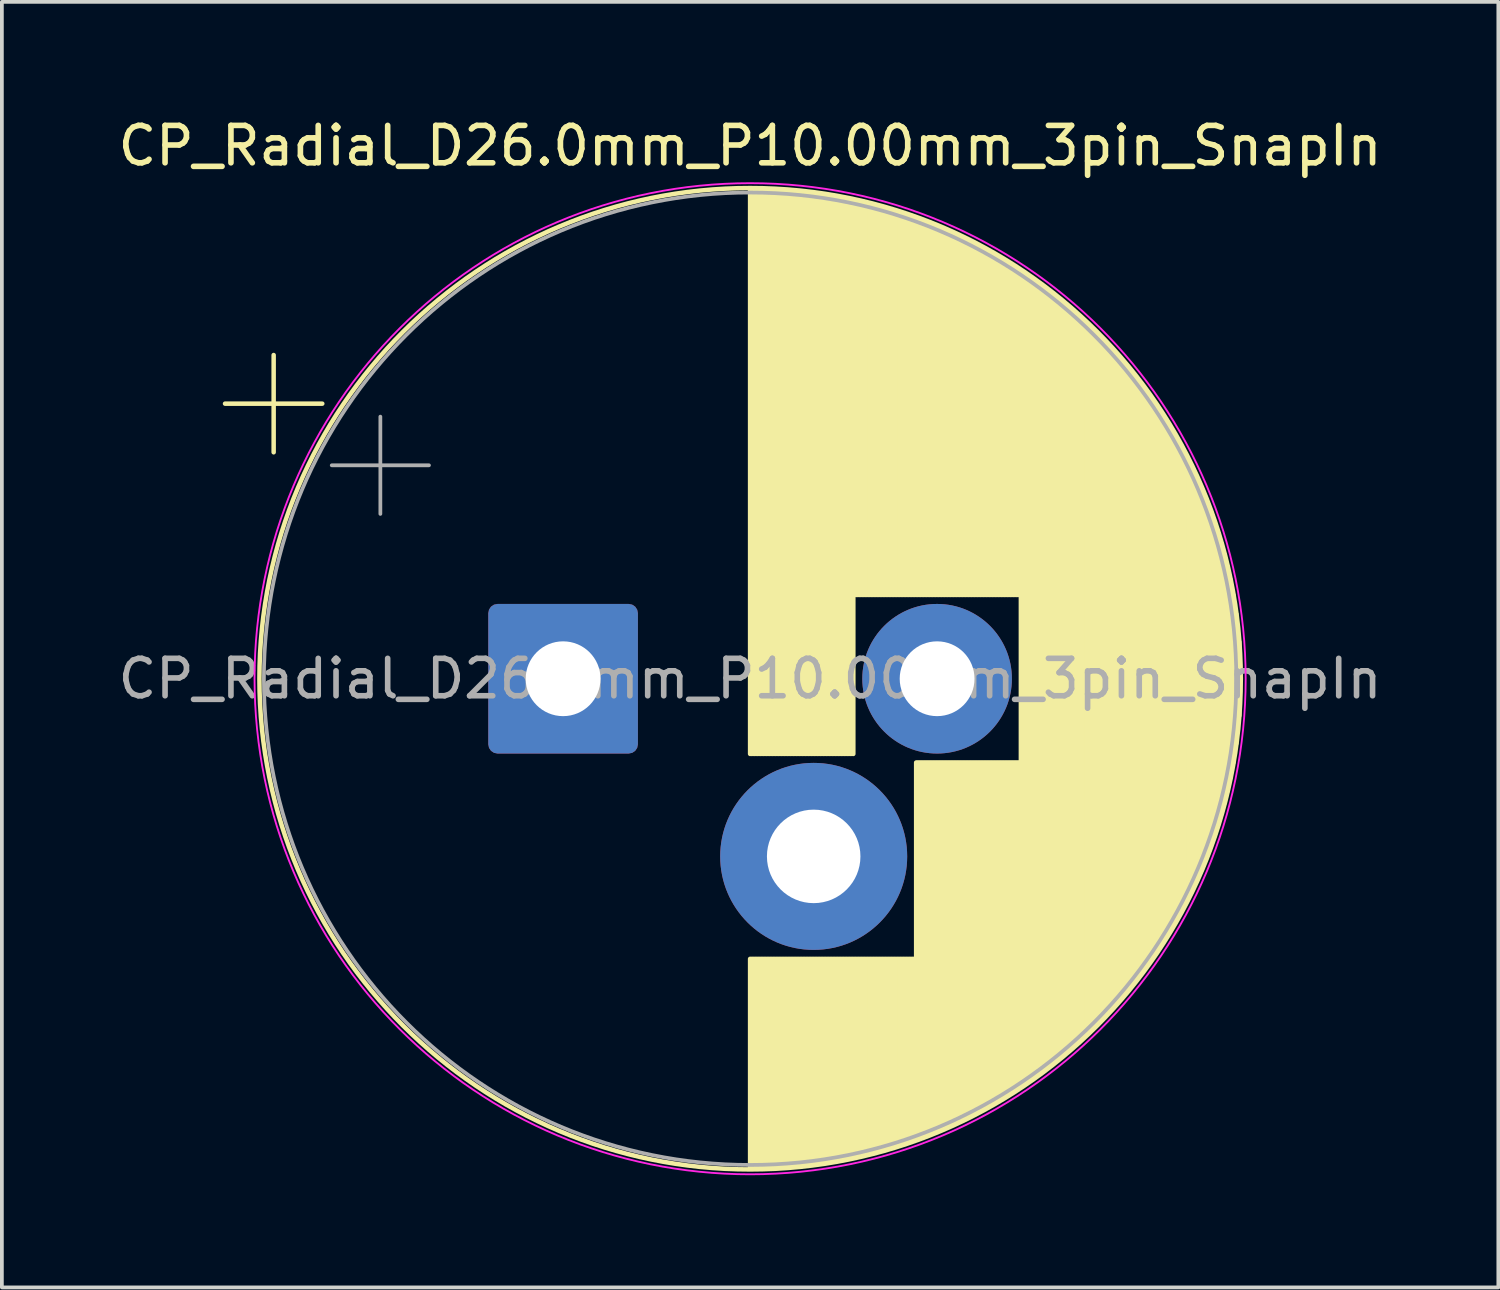
<source format=kicad_pcb>
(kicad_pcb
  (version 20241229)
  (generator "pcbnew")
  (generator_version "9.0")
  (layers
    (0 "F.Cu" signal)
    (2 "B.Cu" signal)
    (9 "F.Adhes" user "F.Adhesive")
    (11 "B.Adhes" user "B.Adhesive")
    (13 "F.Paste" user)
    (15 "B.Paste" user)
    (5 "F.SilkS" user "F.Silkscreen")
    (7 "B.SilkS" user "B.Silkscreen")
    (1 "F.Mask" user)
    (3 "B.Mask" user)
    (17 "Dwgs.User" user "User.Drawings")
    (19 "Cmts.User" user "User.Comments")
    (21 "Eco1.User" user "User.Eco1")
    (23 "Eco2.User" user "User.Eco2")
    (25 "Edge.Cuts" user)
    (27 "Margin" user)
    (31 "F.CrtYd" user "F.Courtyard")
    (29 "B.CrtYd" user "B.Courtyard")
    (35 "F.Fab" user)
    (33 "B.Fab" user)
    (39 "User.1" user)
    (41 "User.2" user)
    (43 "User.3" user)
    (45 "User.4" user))
  (footprint "CP_Radial_D26.0mm_P10.00mm_3pin_SnapIn"
    (layer "F.Cu")
    (at 12.006 15.098)
    (property "Reference" "CP_Radial_D26.0mm_P10.00mm_3pin_SnapIn" (at 5 -14.25 0) (layer "F.SilkS") (effects (font (size 1 1) (thickness 0.15))))
    (attr through_hole)
    (fp_line (start -9.039 -7.355) (end -6.439 -7.355) (stroke (width 0.12) (type solid)) (layer "F.SilkS"))
    (fp_line (start -7.739 -8.655) (end -7.739 -6.055) (stroke (width 0.12) (type solid)) (layer "F.SilkS"))
    (fp_line (start 5 -13.08) (end 5 2.01) (stroke (width 0.12) (type solid)) (layer "F.SilkS"))
    (fp_line (start 5 7.49) (end 5 13.08) (stroke (width 0.12) (type solid)) (layer "F.SilkS"))
    (fp_line (start 5.04 -13.08) (end 5.04 2.01) (stroke (width 0.12) (type solid)) (layer "F.SilkS"))
    (fp_line (start 5.04 7.49) (end 5.04 13.08) (stroke (width 0.12) (type solid)) (layer "F.SilkS"))
    (fp_line (start 5.08 -13.08) (end 5.08 2.01) (stroke (width 0.12) (type solid)) (layer "F.SilkS"))
    (fp_line (start 5.08 7.49) (end 5.08 13.08) (stroke (width 0.12) (type solid)) (layer "F.SilkS"))
    (fp_line (start 5.12 -13.079) (end 5.12 2.01) (stroke (width 0.12) (type solid)) (layer "F.SilkS"))
    (fp_line (start 5.12 7.49) (end 5.12 13.079) (stroke (width 0.12) (type solid)) (layer "F.SilkS"))
    (fp_line (start 5.16 -13.079) (end 5.16 2.01) (stroke (width 0.12) (type solid)) (layer "F.SilkS"))
    (fp_line (start 5.16 7.49) (end 5.16 13.079) (stroke (width 0.12) (type solid)) (layer "F.SilkS"))
    (fp_line (start 5.2 -13.078) (end 5.2 2.01) (stroke (width 0.12) (type solid)) (layer "F.SilkS"))
    (fp_line (start 5.2 7.49) (end 5.2 13.078) (stroke (width 0.12) (type solid)) (layer "F.SilkS"))
    (fp_line (start 5.24 -13.078) (end 5.24 2.01) (stroke (width 0.12) (type solid)) (layer "F.SilkS"))
    (fp_line (start 5.24 7.49) (end 5.24 13.078) (stroke (width 0.12) (type solid)) (layer "F.SilkS"))
    (fp_line (start 5.28 -13.077) (end 5.28 2.01) (stroke (width 0.12) (type solid)) (layer "F.SilkS"))
    (fp_line (start 5.28 7.49) (end 5.28 13.077) (stroke (width 0.12) (type solid)) (layer "F.SilkS"))
    (fp_line (start 5.32 -13.076) (end 5.32 2.01) (stroke (width 0.12) (type solid)) (layer "F.SilkS"))
    (fp_line (start 5.32 7.49) (end 5.32 13.076) (stroke (width 0.12) (type solid)) (layer "F.SilkS"))
    (fp_line (start 5.36 -13.075) (end 5.36 2.01) (stroke (width 0.12) (type solid)) (layer "F.SilkS"))
    (fp_line (start 5.36 7.49) (end 5.36 13.075) (stroke (width 0.12) (type solid)) (layer "F.SilkS"))
    (fp_line (start 5.4 -13.074) (end 5.4 2.01) (stroke (width 0.12) (type solid)) (layer "F.SilkS"))
    (fp_line (start 5.4 7.49) (end 5.4 13.074) (stroke (width 0.12) (type solid)) (layer "F.SilkS"))
    (fp_line (start 5.44 -13.073) (end 5.44 2.01) (stroke (width 0.12) (type solid)) (layer "F.SilkS"))
    (fp_line (start 5.44 7.49) (end 5.44 13.073) (stroke (width 0.12) (type solid)) (layer "F.SilkS"))
    (fp_line (start 5.48 -13.071) (end 5.48 2.01) (stroke (width 0.12) (type solid)) (layer "F.SilkS"))
    (fp_line (start 5.48 7.49) (end 5.48 13.071) (stroke (width 0.12) (type solid)) (layer "F.SilkS"))
    (fp_line (start 5.52 -13.07) (end 5.52 2.01) (stroke (width 0.12) (type solid)) (layer "F.SilkS"))
    (fp_line (start 5.52 7.49) (end 5.52 13.07) (stroke (width 0.12) (type solid)) (layer "F.SilkS"))
    (fp_line (start 5.56 -13.068) (end 5.56 2.01) (stroke (width 0.12) (type solid)) (layer "F.SilkS"))
    (fp_line (start 5.56 7.49) (end 5.56 13.068) (stroke (width 0.12) (type solid)) (layer "F.SilkS"))
    (fp_line (start 5.6 -13.066) (end 5.6 2.01) (stroke (width 0.12) (type solid)) (layer "F.SilkS"))
    (fp_line (start 5.6 7.49) (end 5.6 13.066) (stroke (width 0.12) (type solid)) (layer "F.SilkS"))
    (fp_line (start 5.64 -13.064) (end 5.64 2.01) (stroke (width 0.12) (type solid)) (layer "F.SilkS"))
    (fp_line (start 5.64 7.49) (end 5.64 13.064) (stroke (width 0.12) (type solid)) (layer "F.SilkS"))
    (fp_line (start 5.68 -13.062) (end 5.68 2.01) (stroke (width 0.12) (type solid)) (layer "F.SilkS"))
    (fp_line (start 5.68 7.49) (end 5.68 13.062) (stroke (width 0.12) (type solid)) (layer "F.SilkS"))
    (fp_line (start 5.72 -13.06) (end 5.72 2.01) (stroke (width 0.12) (type solid)) (layer "F.SilkS"))
    (fp_line (start 5.72 7.49) (end 5.72 13.06) (stroke (width 0.12) (type solid)) (layer "F.SilkS"))
    (fp_line (start 5.76 -13.058) (end 5.76 2.01) (stroke (width 0.12) (type solid)) (layer "F.SilkS"))
    (fp_line (start 5.76 7.49) (end 5.76 13.058) (stroke (width 0.12) (type solid)) (layer "F.SilkS"))
    (fp_line (start 5.8 -13.056) (end 5.8 2.01) (stroke (width 0.12) (type solid)) (layer "F.SilkS"))
    (fp_line (start 5.8 7.49) (end 5.8 13.056) (stroke (width 0.12) (type solid)) (layer "F.SilkS"))
    (fp_line (start 5.84 -13.053) (end 5.84 2.01) (stroke (width 0.12) (type solid)) (layer "F.SilkS"))
    (fp_line (start 5.84 7.49) (end 5.84 13.053) (stroke (width 0.12) (type solid)) (layer "F.SilkS"))
    (fp_line (start 5.88 -13.05) (end 5.88 2.01) (stroke (width 0.12) (type solid)) (layer "F.SilkS"))
    (fp_line (start 5.88 7.49) (end 5.88 13.05) (stroke (width 0.12) (type solid)) (layer "F.SilkS"))
    (fp_line (start 5.92 -13.048) (end 5.92 2.01) (stroke (width 0.12) (type solid)) (layer "F.SilkS"))
    (fp_line (start 5.92 7.49) (end 5.92 13.048) (stroke (width 0.12) (type solid)) (layer "F.SilkS"))
    (fp_line (start 5.96 -13.045) (end 5.96 2.01) (stroke (width 0.12) (type solid)) (layer "F.SilkS"))
    (fp_line (start 5.96 7.49) (end 5.96 13.045) (stroke (width 0.12) (type solid)) (layer "F.SilkS"))
    (fp_line (start 6 -13.042) (end 6 2.01) (stroke (width 0.12) (type solid)) (layer "F.SilkS"))
    (fp_line (start 6 7.49) (end 6 13.042) (stroke (width 0.12) (type solid)) (layer "F.SilkS"))
    (fp_line (start 6.04 -13.039) (end 6.04 2.01) (stroke (width 0.12) (type solid)) (layer "F.SilkS"))
    (fp_line (start 6.04 7.49) (end 6.04 13.039) (stroke (width 0.12) (type solid)) (layer "F.SilkS"))
    (fp_line (start 6.08 -13.035) (end 6.08 2.01) (stroke (width 0.12) (type solid)) (layer "F.SilkS"))
    (fp_line (start 6.08 7.49) (end 6.08 13.035) (stroke (width 0.12) (type solid)) (layer "F.SilkS"))
    (fp_line (start 6.12 -13.032) (end 6.12 2.01) (stroke (width 0.12) (type solid)) (layer "F.SilkS"))
    (fp_line (start 6.12 7.49) (end 6.12 13.032) (stroke (width 0.12) (type solid)) (layer "F.SilkS"))
    (fp_line (start 6.16 -13.029) (end 6.16 2.01) (stroke (width 0.12) (type solid)) (layer "F.SilkS"))
    (fp_line (start 6.16 7.49) (end 6.16 13.029) (stroke (width 0.12) (type solid)) (layer "F.SilkS"))
    (fp_line (start 6.2 -13.025) (end 6.2 2.01) (stroke (width 0.12) (type solid)) (layer "F.SilkS"))
    (fp_line (start 6.2 7.49) (end 6.2 13.025) (stroke (width 0.12) (type solid)) (layer "F.SilkS"))
    (fp_line (start 6.24 -13.021) (end 6.24 2.01) (stroke (width 0.12) (type solid)) (layer "F.SilkS"))
    (fp_line (start 6.24 7.49) (end 6.24 13.021) (stroke (width 0.12) (type solid)) (layer "F.SilkS"))
    (fp_line (start 6.28 -13.017) (end 6.28 2.01) (stroke (width 0.12) (type solid)) (layer "F.SilkS"))
    (fp_line (start 6.28 7.49) (end 6.28 13.017) (stroke (width 0.12) (type solid)) (layer "F.SilkS"))
    (fp_line (start 6.32 -13.013) (end 6.32 2.01) (stroke (width 0.12) (type solid)) (layer "F.SilkS"))
    (fp_line (start 6.32 7.49) (end 6.32 13.013) (stroke (width 0.12) (type solid)) (layer "F.SilkS"))
    (fp_line (start 6.36 -13.009) (end 6.36 2.01) (stroke (width 0.12) (type solid)) (layer "F.SilkS"))
    (fp_line (start 6.36 7.49) (end 6.36 13.009) (stroke (width 0.12) (type solid)) (layer "F.SilkS"))
    (fp_line (start 6.4 -13.005) (end 6.4 2.01) (stroke (width 0.12) (type solid)) (layer "F.SilkS"))
    (fp_line (start 6.4 7.49) (end 6.4 13.005) (stroke (width 0.12) (type solid)) (layer "F.SilkS"))
    (fp_line (start 6.44 -13.001) (end 6.44 2.01) (stroke (width 0.12) (type solid)) (layer "F.SilkS"))
    (fp_line (start 6.44 7.49) (end 6.44 13.001) (stroke (width 0.12) (type solid)) (layer "F.SilkS"))
    (fp_line (start 6.48 -12.996) (end 6.48 2.01) (stroke (width 0.12) (type solid)) (layer "F.SilkS"))
    (fp_line (start 6.48 7.49) (end 6.48 12.996) (stroke (width 0.12) (type solid)) (layer "F.SilkS"))
    (fp_line (start 6.52 -12.992) (end 6.52 2.01) (stroke (width 0.12) (type solid)) (layer "F.SilkS"))
    (fp_line (start 6.52 7.49) (end 6.52 12.992) (stroke (width 0.12) (type solid)) (layer "F.SilkS"))
    (fp_line (start 6.56 -12.987) (end 6.56 2.01) (stroke (width 0.12) (type solid)) (layer "F.SilkS"))
    (fp_line (start 6.56 7.49) (end 6.56 12.987) (stroke (width 0.12) (type solid)) (layer "F.SilkS"))
    (fp_line (start 6.6 -12.982) (end 6.6 2.01) (stroke (width 0.12) (type solid)) (layer "F.SilkS"))
    (fp_line (start 6.6 7.49) (end 6.6 12.982) (stroke (width 0.12) (type solid)) (layer "F.SilkS"))
    (fp_line (start 6.64 -12.977) (end 6.64 2.01) (stroke (width 0.12) (type solid)) (layer "F.SilkS"))
    (fp_line (start 6.64 7.49) (end 6.64 12.977) (stroke (width 0.12) (type solid)) (layer "F.SilkS"))
    (fp_line (start 6.68 -12.972) (end 6.68 2.01) (stroke (width 0.12) (type solid)) (layer "F.SilkS"))
    (fp_line (start 6.68 7.49) (end 6.68 12.972) (stroke (width 0.12) (type solid)) (layer "F.SilkS"))
    (fp_line (start 6.72 -12.967) (end 6.72 2.01) (stroke (width 0.12) (type solid)) (layer "F.SilkS"))
    (fp_line (start 6.72 7.49) (end 6.72 12.967) (stroke (width 0.12) (type solid)) (layer "F.SilkS"))
    (fp_line (start 6.76 -12.961) (end 6.76 2.01) (stroke (width 0.12) (type solid)) (layer "F.SilkS"))
    (fp_line (start 6.76 7.49) (end 6.76 12.961) (stroke (width 0.12) (type solid)) (layer "F.SilkS"))
    (fp_line (start 6.8 -12.956) (end 6.8 2.01) (stroke (width 0.12) (type solid)) (layer "F.SilkS"))
    (fp_line (start 6.8 7.49) (end 6.8 12.956) (stroke (width 0.12) (type solid)) (layer "F.SilkS"))
    (fp_line (start 6.84 -12.95) (end 6.84 2.01) (stroke (width 0.12) (type solid)) (layer "F.SilkS"))
    (fp_line (start 6.84 7.49) (end 6.84 12.95) (stroke (width 0.12) (type solid)) (layer "F.SilkS"))
    (fp_line (start 6.88 -12.945) (end 6.88 2.01) (stroke (width 0.12) (type solid)) (layer "F.SilkS"))
    (fp_line (start 6.88 7.49) (end 6.88 12.945) (stroke (width 0.12) (type solid)) (layer "F.SilkS"))
    (fp_line (start 6.92 -12.939) (end 6.92 2.01) (stroke (width 0.12) (type solid)) (layer "F.SilkS"))
    (fp_line (start 6.92 7.49) (end 6.92 12.939) (stroke (width 0.12) (type solid)) (layer "F.SilkS"))
    (fp_line (start 6.96 -12.933) (end 6.96 2.01) (stroke (width 0.12) (type solid)) (layer "F.SilkS"))
    (fp_line (start 6.96 7.49) (end 6.96 12.933) (stroke (width 0.12) (type solid)) (layer "F.SilkS"))
    (fp_line (start 7 -12.927) (end 7 2.01) (stroke (width 0.12) (type solid)) (layer "F.SilkS"))
    (fp_line (start 7 7.49) (end 7 12.927) (stroke (width 0.12) (type solid)) (layer "F.SilkS"))
    (fp_line (start 7.04 -12.92) (end 7.04 2.01) (stroke (width 0.12) (type solid)) (layer "F.SilkS"))
    (fp_line (start 7.04 7.49) (end 7.04 12.92) (stroke (width 0.12) (type solid)) (layer "F.SilkS"))
    (fp_line (start 7.08 -12.914) (end 7.08 2.01) (stroke (width 0.12) (type solid)) (layer "F.SilkS"))
    (fp_line (start 7.08 7.49) (end 7.08 12.914) (stroke (width 0.12) (type solid)) (layer "F.SilkS"))
    (fp_line (start 7.12 -12.908) (end 7.12 2.01) (stroke (width 0.12) (type solid)) (layer "F.SilkS"))
    (fp_line (start 7.12 7.49) (end 7.12 12.908) (stroke (width 0.12) (type solid)) (layer "F.SilkS"))
    (fp_line (start 7.16 -12.901) (end 7.16 2.01) (stroke (width 0.12) (type solid)) (layer "F.SilkS"))
    (fp_line (start 7.16 7.49) (end 7.16 12.901) (stroke (width 0.12) (type solid)) (layer "F.SilkS"))
    (fp_line (start 7.2 -12.894) (end 7.2 2.01) (stroke (width 0.12) (type solid)) (layer "F.SilkS"))
    (fp_line (start 7.2 7.49) (end 7.2 12.894) (stroke (width 0.12) (type solid)) (layer "F.SilkS"))
    (fp_line (start 7.24 -12.887) (end 7.24 2.01) (stroke (width 0.12) (type solid)) (layer "F.SilkS"))
    (fp_line (start 7.24 7.49) (end 7.24 12.887) (stroke (width 0.12) (type solid)) (layer "F.SilkS"))
    (fp_line (start 7.28 -12.88) (end 7.28 2.01) (stroke (width 0.12) (type solid)) (layer "F.SilkS"))
    (fp_line (start 7.28 7.49) (end 7.28 12.88) (stroke (width 0.12) (type solid)) (layer "F.SilkS"))
    (fp_line (start 7.32 -12.873) (end 7.32 2.01) (stroke (width 0.12) (type solid)) (layer "F.SilkS"))
    (fp_line (start 7.32 7.49) (end 7.32 12.873) (stroke (width 0.12) (type solid)) (layer "F.SilkS"))
    (fp_line (start 7.36 -12.866) (end 7.36 2.01) (stroke (width 0.12) (type solid)) (layer "F.SilkS"))
    (fp_line (start 7.36 7.49) (end 7.36 12.866) (stroke (width 0.12) (type solid)) (layer "F.SilkS"))
    (fp_line (start 7.4 -12.859) (end 7.4 2.01) (stroke (width 0.12) (type solid)) (layer "F.SilkS"))
    (fp_line (start 7.4 7.49) (end 7.4 12.859) (stroke (width 0.12) (type solid)) (layer "F.SilkS"))
    (fp_line (start 7.44 -12.851) (end 7.44 2.01) (stroke (width 0.12) (type solid)) (layer "F.SilkS"))
    (fp_line (start 7.44 7.49) (end 7.44 12.851) (stroke (width 0.12) (type solid)) (layer "F.SilkS"))
    (fp_line (start 7.48 -12.843) (end 7.48 2.01) (stroke (width 0.12) (type solid)) (layer "F.SilkS"))
    (fp_line (start 7.48 7.49) (end 7.48 12.843) (stroke (width 0.12) (type solid)) (layer "F.SilkS"))
    (fp_line (start 7.52 -12.836) (end 7.52 2.01) (stroke (width 0.12) (type solid)) (layer "F.SilkS"))
    (fp_line (start 7.52 7.49) (end 7.52 12.836) (stroke (width 0.12) (type solid)) (layer "F.SilkS"))
    (fp_line (start 7.56 -12.828) (end 7.56 2.01) (stroke (width 0.12) (type solid)) (layer "F.SilkS"))
    (fp_line (start 7.56 7.49) (end 7.56 12.828) (stroke (width 0.12) (type solid)) (layer "F.SilkS"))
    (fp_line (start 7.6 -12.82) (end 7.6 2.01) (stroke (width 0.12) (type solid)) (layer "F.SilkS"))
    (fp_line (start 7.6 7.49) (end 7.6 12.82) (stroke (width 0.12) (type solid)) (layer "F.SilkS"))
    (fp_line (start 7.64 -12.812) (end 7.64 2.01) (stroke (width 0.12) (type solid)) (layer "F.SilkS"))
    (fp_line (start 7.64 7.49) (end 7.64 12.812) (stroke (width 0.12) (type solid)) (layer "F.SilkS"))
    (fp_line (start 7.68 -12.803) (end 7.68 2.01) (stroke (width 0.12) (type solid)) (layer "F.SilkS"))
    (fp_line (start 7.68 7.49) (end 7.68 12.803) (stroke (width 0.12) (type solid)) (layer "F.SilkS"))
    (fp_line (start 7.72 -12.795) (end 7.72 2.01) (stroke (width 0.12) (type solid)) (layer "F.SilkS"))
    (fp_line (start 7.72 7.49) (end 7.72 12.795) (stroke (width 0.12) (type solid)) (layer "F.SilkS"))
    (fp_line (start 7.76 -12.786) (end 7.76 2.01) (stroke (width 0.12) (type solid)) (layer "F.SilkS"))
    (fp_line (start 7.76 7.49) (end 7.76 12.786) (stroke (width 0.12) (type solid)) (layer "F.SilkS"))
    (fp_line (start 7.8 -12.778) (end 7.8 -2.24) (stroke (width 0.12) (type solid)) (layer "F.SilkS"))
    (fp_line (start 7.8 7.49) (end 7.8 12.778) (stroke (width 0.12) (type solid)) (layer "F.SilkS"))
    (fp_line (start 7.84 -12.769) (end 7.84 -2.24) (stroke (width 0.12) (type solid)) (layer "F.SilkS"))
    (fp_line (start 7.84 7.49) (end 7.84 12.769) (stroke (width 0.12) (type solid)) (layer "F.SilkS"))
    (fp_line (start 7.88 -12.76) (end 7.88 -2.24) (stroke (width 0.12) (type solid)) (layer "F.SilkS"))
    (fp_line (start 7.88 7.49) (end 7.88 12.76) (stroke (width 0.12) (type solid)) (layer "F.SilkS"))
    (fp_line (start 7.92 -12.751) (end 7.92 -2.24) (stroke (width 0.12) (type solid)) (layer "F.SilkS"))
    (fp_line (start 7.92 7.49) (end 7.92 12.751) (stroke (width 0.12) (type solid)) (layer "F.SilkS"))
    (fp_line (start 7.96 -12.742) (end 7.96 -2.24) (stroke (width 0.12) (type solid)) (layer "F.SilkS"))
    (fp_line (start 7.96 7.49) (end 7.96 12.742) (stroke (width 0.12) (type solid)) (layer "F.SilkS"))
    (fp_line (start 8 -12.732) (end 8 -2.24) (stroke (width 0.12) (type solid)) (layer "F.SilkS"))
    (fp_line (start 8 7.49) (end 8 12.732) (stroke (width 0.12) (type solid)) (layer "F.SilkS"))
    (fp_line (start 8.04 -12.723) (end 8.04 -2.24) (stroke (width 0.12) (type solid)) (layer "F.SilkS"))
    (fp_line (start 8.04 7.49) (end 8.04 12.723) (stroke (width 0.12) (type solid)) (layer "F.SilkS"))
    (fp_line (start 8.08 -12.713) (end 8.08 -2.24) (stroke (width 0.12) (type solid)) (layer "F.SilkS"))
    (fp_line (start 8.08 7.49) (end 8.08 12.713) (stroke (width 0.12) (type solid)) (layer "F.SilkS"))
    (fp_line (start 8.12 -12.704) (end 8.12 -2.24) (stroke (width 0.12) (type solid)) (layer "F.SilkS"))
    (fp_line (start 8.12 7.49) (end 8.12 12.704) (stroke (width 0.12) (type solid)) (layer "F.SilkS"))
    (fp_line (start 8.16 -12.694) (end 8.16 -2.24) (stroke (width 0.12) (type solid)) (layer "F.SilkS"))
    (fp_line (start 8.16 7.49) (end 8.16 12.694) (stroke (width 0.12) (type solid)) (layer "F.SilkS"))
    (fp_line (start 8.2 -12.684) (end 8.2 -2.24) (stroke (width 0.12) (type solid)) (layer "F.SilkS"))
    (fp_line (start 8.2 7.49) (end 8.2 12.684) (stroke (width 0.12) (type solid)) (layer "F.SilkS"))
    (fp_line (start 8.24 -12.674) (end 8.24 -2.24) (stroke (width 0.12) (type solid)) (layer "F.SilkS"))
    (fp_line (start 8.24 7.49) (end 8.24 12.674) (stroke (width 0.12) (type solid)) (layer "F.SilkS"))
    (fp_line (start 8.28 -12.663) (end 8.28 -2.24) (stroke (width 0.12) (type solid)) (layer "F.SilkS"))
    (fp_line (start 8.28 7.49) (end 8.28 12.663) (stroke (width 0.12) (type solid)) (layer "F.SilkS"))
    (fp_line (start 8.32 -12.653) (end 8.32 -2.24) (stroke (width 0.12) (type solid)) (layer "F.SilkS"))
    (fp_line (start 8.32 7.49) (end 8.32 12.653) (stroke (width 0.12) (type solid)) (layer "F.SilkS"))
    (fp_line (start 8.36 -12.642) (end 8.36 -2.24) (stroke (width 0.12) (type solid)) (layer "F.SilkS"))
    (fp_line (start 8.36 7.49) (end 8.36 12.642) (stroke (width 0.12) (type solid)) (layer "F.SilkS"))
    (fp_line (start 8.4 -12.632) (end 8.4 -2.24) (stroke (width 0.12) (type solid)) (layer "F.SilkS"))
    (fp_line (start 8.4 7.49) (end 8.4 12.632) (stroke (width 0.12) (type solid)) (layer "F.SilkS"))
    (fp_line (start 8.44 -12.621) (end 8.44 -2.24) (stroke (width 0.12) (type solid)) (layer "F.SilkS"))
    (fp_line (start 8.44 7.49) (end 8.44 12.621) (stroke (width 0.12) (type solid)) (layer "F.SilkS"))
    (fp_line (start 8.48 -12.61) (end 8.48 -2.24) (stroke (width 0.12) (type solid)) (layer "F.SilkS"))
    (fp_line (start 8.48 7.49) (end 8.48 12.61) (stroke (width 0.12) (type solid)) (layer "F.SilkS"))
    (fp_line (start 8.52 -12.599) (end 8.52 -2.24) (stroke (width 0.12) (type solid)) (layer "F.SilkS"))
    (fp_line (start 8.52 7.49) (end 8.52 12.599) (stroke (width 0.12) (type solid)) (layer "F.SilkS"))
    (fp_line (start 8.56 -12.588) (end 8.56 -2.24) (stroke (width 0.12) (type solid)) (layer "F.SilkS"))
    (fp_line (start 8.56 7.49) (end 8.56 12.588) (stroke (width 0.12) (type solid)) (layer "F.SilkS"))
    (fp_line (start 8.6 -12.576) (end 8.6 -2.24) (stroke (width 0.12) (type solid)) (layer "F.SilkS"))
    (fp_line (start 8.6 7.49) (end 8.6 12.576) (stroke (width 0.12) (type solid)) (layer "F.SilkS"))
    (fp_line (start 8.64 -12.565) (end 8.64 -2.24) (stroke (width 0.12) (type solid)) (layer "F.SilkS"))
    (fp_line (start 8.64 7.49) (end 8.64 12.565) (stroke (width 0.12) (type solid)) (layer "F.SilkS"))
    (fp_line (start 8.68 -12.553) (end 8.68 -2.24) (stroke (width 0.12) (type solid)) (layer "F.SilkS"))
    (fp_line (start 8.68 7.49) (end 8.68 12.553) (stroke (width 0.12) (type solid)) (layer "F.SilkS"))
    (fp_line (start 8.72 -12.542) (end 8.72 -2.24) (stroke (width 0.12) (type solid)) (layer "F.SilkS"))
    (fp_line (start 8.72 7.49) (end 8.72 12.542) (stroke (width 0.12) (type solid)) (layer "F.SilkS"))
    (fp_line (start 8.76 -12.53) (end 8.76 -2.24) (stroke (width 0.12) (type solid)) (layer "F.SilkS"))
    (fp_line (start 8.76 7.49) (end 8.76 12.53) (stroke (width 0.12) (type solid)) (layer "F.SilkS"))
    (fp_line (start 8.8 -12.518) (end 8.8 -2.24) (stroke (width 0.12) (type solid)) (layer "F.SilkS"))
    (fp_line (start 8.8 7.49) (end 8.8 12.518) (stroke (width 0.12) (type solid)) (layer "F.SilkS"))
    (fp_line (start 8.84 -12.505) (end 8.84 -2.24) (stroke (width 0.12) (type solid)) (layer "F.SilkS"))
    (fp_line (start 8.84 7.49) (end 8.84 12.505) (stroke (width 0.12) (type solid)) (layer "F.SilkS"))
    (fp_line (start 8.88 -12.493) (end 8.88 -2.24) (stroke (width 0.12) (type solid)) (layer "F.SilkS"))
    (fp_line (start 8.88 7.49) (end 8.88 12.493) (stroke (width 0.12) (type solid)) (layer "F.SilkS"))
    (fp_line (start 8.92 -12.481) (end 8.92 -2.24) (stroke (width 0.12) (type solid)) (layer "F.SilkS"))
    (fp_line (start 8.92 7.49) (end 8.92 12.481) (stroke (width 0.12) (type solid)) (layer "F.SilkS"))
    (fp_line (start 8.96 -12.468) (end 8.96 -2.24) (stroke (width 0.12) (type solid)) (layer "F.SilkS"))
    (fp_line (start 8.96 7.49) (end 8.96 12.468) (stroke (width 0.12) (type solid)) (layer "F.SilkS"))
    (fp_line (start 9 -12.455) (end 9 -2.24) (stroke (width 0.12) (type solid)) (layer "F.SilkS"))
    (fp_line (start 9 7.49) (end 9 12.455) (stroke (width 0.12) (type solid)) (layer "F.SilkS"))
    (fp_line (start 9.04 -12.442) (end 9.04 -2.24) (stroke (width 0.12) (type solid)) (layer "F.SilkS"))
    (fp_line (start 9.04 7.49) (end 9.04 12.442) (stroke (width 0.12) (type solid)) (layer "F.SilkS"))
    (fp_line (start 9.08 -12.429) (end 9.08 -2.24) (stroke (width 0.12) (type solid)) (layer "F.SilkS"))
    (fp_line (start 9.08 7.49) (end 9.08 12.429) (stroke (width 0.12) (type solid)) (layer "F.SilkS"))
    (fp_line (start 9.12 -12.416) (end 9.12 -2.24) (stroke (width 0.12) (type solid)) (layer "F.SilkS"))
    (fp_line (start 9.12 7.49) (end 9.12 12.416) (stroke (width 0.12) (type solid)) (layer "F.SilkS"))
    (fp_line (start 9.16 -12.403) (end 9.16 -2.24) (stroke (width 0.12) (type solid)) (layer "F.SilkS"))
    (fp_line (start 9.16 7.49) (end 9.16 12.403) (stroke (width 0.12) (type solid)) (layer "F.SilkS"))
    (fp_line (start 9.2 -12.39) (end 9.2 -2.24) (stroke (width 0.12) (type solid)) (layer "F.SilkS"))
    (fp_line (start 9.2 7.49) (end 9.2 12.39) (stroke (width 0.12) (type solid)) (layer "F.SilkS"))
    (fp_line (start 9.24 -12.376) (end 9.24 -2.24) (stroke (width 0.12) (type solid)) (layer "F.SilkS"))
    (fp_line (start 9.24 7.49) (end 9.24 12.376) (stroke (width 0.12) (type solid)) (layer "F.SilkS"))
    (fp_line (start 9.28 -12.362) (end 9.28 -2.24) (stroke (width 0.12) (type solid)) (layer "F.SilkS"))
    (fp_line (start 9.28 7.49) (end 9.28 12.362) (stroke (width 0.12) (type solid)) (layer "F.SilkS"))
    (fp_line (start 9.32 -12.348) (end 9.32 -2.24) (stroke (width 0.12) (type solid)) (layer "F.SilkS"))
    (fp_line (start 9.32 7.49) (end 9.32 12.348) (stroke (width 0.12) (type solid)) (layer "F.SilkS"))
    (fp_line (start 9.36 -12.334) (end 9.36 -2.24) (stroke (width 0.12) (type solid)) (layer "F.SilkS"))
    (fp_line (start 9.36 7.49) (end 9.36 12.334) (stroke (width 0.12) (type solid)) (layer "F.SilkS"))
    (fp_line (start 9.4 -12.32) (end 9.4 -2.24) (stroke (width 0.12) (type solid)) (layer "F.SilkS"))
    (fp_line (start 9.4 7.49) (end 9.4 12.32) (stroke (width 0.12) (type solid)) (layer "F.SilkS"))
    (fp_line (start 9.44 -12.306) (end 9.44 -2.24) (stroke (width 0.12) (type solid)) (layer "F.SilkS"))
    (fp_line (start 9.44 2.24) (end 9.44 12.306) (stroke (width 0.12) (type solid)) (layer "F.SilkS"))
    (fp_line (start 9.48 -12.291) (end 9.48 -2.24) (stroke (width 0.12) (type solid)) (layer "F.SilkS"))
    (fp_line (start 9.48 2.24) (end 9.48 12.291) (stroke (width 0.12) (type solid)) (layer "F.SilkS"))
    (fp_line (start 9.52 -12.277) (end 9.52 -2.24) (stroke (width 0.12) (type solid)) (layer "F.SilkS"))
    (fp_line (start 9.52 2.24) (end 9.52 12.277) (stroke (width 0.12) (type solid)) (layer "F.SilkS"))
    (fp_line (start 9.56 -12.262) (end 9.56 -2.24) (stroke (width 0.12) (type solid)) (layer "F.SilkS"))
    (fp_line (start 9.56 2.24) (end 9.56 12.262) (stroke (width 0.12) (type solid)) (layer "F.SilkS"))
    (fp_line (start 9.6 -12.247) (end 9.6 -2.24) (stroke (width 0.12) (type solid)) (layer "F.SilkS"))
    (fp_line (start 9.6 2.24) (end 9.6 12.247) (stroke (width 0.12) (type solid)) (layer "F.SilkS"))
    (fp_line (start 9.64 -12.232) (end 9.64 -2.24) (stroke (width 0.12) (type solid)) (layer "F.SilkS"))
    (fp_line (start 9.64 2.24) (end 9.64 12.232) (stroke (width 0.12) (type solid)) (layer "F.SilkS"))
    (fp_line (start 9.68 -12.217) (end 9.68 -2.24) (stroke (width 0.12) (type solid)) (layer "F.SilkS"))
    (fp_line (start 9.68 2.24) (end 9.68 12.217) (stroke (width 0.12) (type solid)) (layer "F.SilkS"))
    (fp_line (start 9.72 -12.202) (end 9.72 -2.24) (stroke (width 0.12) (type solid)) (layer "F.SilkS"))
    (fp_line (start 9.72 2.24) (end 9.72 12.202) (stroke (width 0.12) (type solid)) (layer "F.SilkS"))
    (fp_line (start 9.76 -12.186) (end 9.76 -2.24) (stroke (width 0.12) (type solid)) (layer "F.SilkS"))
    (fp_line (start 9.76 2.24) (end 9.76 12.186) (stroke (width 0.12) (type solid)) (layer "F.SilkS"))
    (fp_line (start 9.8 -12.17) (end 9.8 -2.24) (stroke (width 0.12) (type solid)) (layer "F.SilkS"))
    (fp_line (start 9.8 2.24) (end 9.8 12.17) (stroke (width 0.12) (type solid)) (layer "F.SilkS"))
    (fp_line (start 9.84 -12.155) (end 9.84 -2.24) (stroke (width 0.12) (type solid)) (layer "F.SilkS"))
    (fp_line (start 9.84 2.24) (end 9.84 12.155) (stroke (width 0.12) (type solid)) (layer "F.SilkS"))
    (fp_line (start 9.88 -12.139) (end 9.88 -2.24) (stroke (width 0.12) (type solid)) (layer "F.SilkS"))
    (fp_line (start 9.88 2.24) (end 9.88 12.139) (stroke (width 0.12) (type solid)) (layer "F.SilkS"))
    (fp_line (start 9.92 -12.123) (end 9.92 -2.24) (stroke (width 0.12) (type solid)) (layer "F.SilkS"))
    (fp_line (start 9.92 2.24) (end 9.92 12.123) (stroke (width 0.12) (type solid)) (layer "F.SilkS"))
    (fp_line (start 9.96 -12.106) (end 9.96 -2.24) (stroke (width 0.12) (type solid)) (layer "F.SilkS"))
    (fp_line (start 9.96 2.24) (end 9.96 12.106) (stroke (width 0.12) (type solid)) (layer "F.SilkS"))
    (fp_line (start 10 -12.09) (end 10 -2.24) (stroke (width 0.12) (type solid)) (layer "F.SilkS"))
    (fp_line (start 10 2.24) (end 10 12.09) (stroke (width 0.12) (type solid)) (layer "F.SilkS"))
    (fp_line (start 10.04 -12.073) (end 10.04 -2.24) (stroke (width 0.12) (type solid)) (layer "F.SilkS"))
    (fp_line (start 10.04 2.24) (end 10.04 12.073) (stroke (width 0.12) (type solid)) (layer "F.SilkS"))
    (fp_line (start 10.08 -12.057) (end 10.08 -2.24) (stroke (width 0.12) (type solid)) (layer "F.SilkS"))
    (fp_line (start 10.08 2.24) (end 10.08 12.057) (stroke (width 0.12) (type solid)) (layer "F.SilkS"))
    (fp_line (start 10.12 -12.04) (end 10.12 -2.24) (stroke (width 0.12) (type solid)) (layer "F.SilkS"))
    (fp_line (start 10.12 2.24) (end 10.12 12.04) (stroke (width 0.12) (type solid)) (layer "F.SilkS"))
    (fp_line (start 10.16 -12.023) (end 10.16 -2.24) (stroke (width 0.12) (type solid)) (layer "F.SilkS"))
    (fp_line (start 10.16 2.24) (end 10.16 12.023) (stroke (width 0.12) (type solid)) (layer "F.SilkS"))
    (fp_line (start 10.2 -12.006) (end 10.2 -2.24) (stroke (width 0.12) (type solid)) (layer "F.SilkS"))
    (fp_line (start 10.2 2.24) (end 10.2 12.006) (stroke (width 0.12) (type solid)) (layer "F.SilkS"))
    (fp_line (start 10.24 -11.988) (end 10.24 -2.24) (stroke (width 0.12) (type solid)) (layer "F.SilkS"))
    (fp_line (start 10.24 2.24) (end 10.24 11.988) (stroke (width 0.12) (type solid)) (layer "F.SilkS"))
    (fp_line (start 10.28 -11.971) (end 10.28 -2.24) (stroke (width 0.12) (type solid)) (layer "F.SilkS"))
    (fp_line (start 10.28 2.24) (end 10.28 11.971) (stroke (width 0.12) (type solid)) (layer "F.SilkS"))
    (fp_line (start 10.32 -11.953) (end 10.32 -2.24) (stroke (width 0.12) (type solid)) (layer "F.SilkS"))
    (fp_line (start 10.32 2.24) (end 10.32 11.953) (stroke (width 0.12) (type solid)) (layer "F.SilkS"))
    (fp_line (start 10.36 -11.935) (end 10.36 -2.24) (stroke (width 0.12) (type solid)) (layer "F.SilkS"))
    (fp_line (start 10.36 2.24) (end 10.36 11.935) (stroke (width 0.12) (type solid)) (layer "F.SilkS"))
    (fp_line (start 10.4 -11.917) (end 10.4 -2.24) (stroke (width 0.12) (type solid)) (layer "F.SilkS"))
    (fp_line (start 10.4 2.24) (end 10.4 11.917) (stroke (width 0.12) (type solid)) (layer "F.SilkS"))
    (fp_line (start 10.44 -11.899) (end 10.44 -2.24) (stroke (width 0.12) (type solid)) (layer "F.SilkS"))
    (fp_line (start 10.44 2.24) (end 10.44 11.899) (stroke (width 0.12) (type solid)) (layer "F.SilkS"))
    (fp_line (start 10.48 -11.881) (end 10.48 -2.24) (stroke (width 0.12) (type solid)) (layer "F.SilkS"))
    (fp_line (start 10.48 2.24) (end 10.48 11.881) (stroke (width 0.12) (type solid)) (layer "F.SilkS"))
    (fp_line (start 10.52 -11.862) (end 10.52 -2.24) (stroke (width 0.12) (type solid)) (layer "F.SilkS"))
    (fp_line (start 10.52 2.24) (end 10.52 11.862) (stroke (width 0.12) (type solid)) (layer "F.SilkS"))
    (fp_line (start 10.56 -11.844) (end 10.56 -2.24) (stroke (width 0.12) (type solid)) (layer "F.SilkS"))
    (fp_line (start 10.56 2.24) (end 10.56 11.844) (stroke (width 0.12) (type solid)) (layer "F.SilkS"))
    (fp_line (start 10.6 -11.825) (end 10.6 -2.24) (stroke (width 0.12) (type solid)) (layer "F.SilkS"))
    (fp_line (start 10.6 2.24) (end 10.6 11.825) (stroke (width 0.12) (type solid)) (layer "F.SilkS"))
    (fp_line (start 10.64 -11.806) (end 10.64 -2.24) (stroke (width 0.12) (type solid)) (layer "F.SilkS"))
    (fp_line (start 10.64 2.24) (end 10.64 11.806) (stroke (width 0.12) (type solid)) (layer "F.SilkS"))
    (fp_line (start 10.68 -11.787) (end 10.68 -2.24) (stroke (width 0.12) (type solid)) (layer "F.SilkS"))
    (fp_line (start 10.68 2.24) (end 10.68 11.787) (stroke (width 0.12) (type solid)) (layer "F.SilkS"))
    (fp_line (start 10.72 -11.767) (end 10.72 -2.24) (stroke (width 0.12) (type solid)) (layer "F.SilkS"))
    (fp_line (start 10.72 2.24) (end 10.72 11.767) (stroke (width 0.12) (type solid)) (layer "F.SilkS"))
    (fp_line (start 10.76 -11.748) (end 10.76 -2.24) (stroke (width 0.12) (type solid)) (layer "F.SilkS"))
    (fp_line (start 10.76 2.24) (end 10.76 11.748) (stroke (width 0.12) (type solid)) (layer "F.SilkS"))
    (fp_line (start 10.8 -11.728) (end 10.8 -2.24) (stroke (width 0.12) (type solid)) (layer "F.SilkS"))
    (fp_line (start 10.8 2.24) (end 10.8 11.728) (stroke (width 0.12) (type solid)) (layer "F.SilkS"))
    (fp_line (start 10.84 -11.709) (end 10.84 -2.24) (stroke (width 0.12) (type solid)) (layer "F.SilkS"))
    (fp_line (start 10.84 2.24) (end 10.84 11.709) (stroke (width 0.12) (type solid)) (layer "F.SilkS"))
    (fp_line (start 10.88 -11.689) (end 10.88 -2.24) (stroke (width 0.12) (type solid)) (layer "F.SilkS"))
    (fp_line (start 10.88 2.24) (end 10.88 11.689) (stroke (width 0.12) (type solid)) (layer "F.SilkS"))
    (fp_line (start 10.92 -11.668) (end 10.92 -2.24) (stroke (width 0.12) (type solid)) (layer "F.SilkS"))
    (fp_line (start 10.92 2.24) (end 10.92 11.668) (stroke (width 0.12) (type solid)) (layer "F.SilkS"))
    (fp_line (start 10.96 -11.648) (end 10.96 -2.24) (stroke (width 0.12) (type solid)) (layer "F.SilkS"))
    (fp_line (start 10.96 2.24) (end 10.96 11.648) (stroke (width 0.12) (type solid)) (layer "F.SilkS"))
    (fp_line (start 11 -11.628) (end 11 -2.24) (stroke (width 0.12) (type solid)) (layer "F.SilkS"))
    (fp_line (start 11 2.24) (end 11 11.628) (stroke (width 0.12) (type solid)) (layer "F.SilkS"))
    (fp_line (start 11.04 -11.607) (end 11.04 -2.24) (stroke (width 0.12) (type solid)) (layer "F.SilkS"))
    (fp_line (start 11.04 2.24) (end 11.04 11.607) (stroke (width 0.12) (type solid)) (layer "F.SilkS"))
    (fp_line (start 11.08 -11.586) (end 11.08 -2.24) (stroke (width 0.12) (type solid)) (layer "F.SilkS"))
    (fp_line (start 11.08 2.24) (end 11.08 11.586) (stroke (width 0.12) (type solid)) (layer "F.SilkS"))
    (fp_line (start 11.12 -11.565) (end 11.12 -2.24) (stroke (width 0.12) (type solid)) (layer "F.SilkS"))
    (fp_line (start 11.12 2.24) (end 11.12 11.565) (stroke (width 0.12) (type solid)) (layer "F.SilkS"))
    (fp_line (start 11.16 -11.544) (end 11.16 -2.24) (stroke (width 0.12) (type solid)) (layer "F.SilkS"))
    (fp_line (start 11.16 2.24) (end 11.16 11.544) (stroke (width 0.12) (type solid)) (layer "F.SilkS"))
    (fp_line (start 11.2 -11.523) (end 11.2 -2.24) (stroke (width 0.12) (type solid)) (layer "F.SilkS"))
    (fp_line (start 11.2 2.24) (end 11.2 11.523) (stroke (width 0.12) (type solid)) (layer "F.SilkS"))
    (fp_line (start 11.24 -11.501) (end 11.24 -2.24) (stroke (width 0.12) (type solid)) (layer "F.SilkS"))
    (fp_line (start 11.24 2.24) (end 11.24 11.501) (stroke (width 0.12) (type solid)) (layer "F.SilkS"))
    (fp_line (start 11.28 -11.479) (end 11.28 -2.24) (stroke (width 0.12) (type solid)) (layer "F.SilkS"))
    (fp_line (start 11.28 2.24) (end 11.28 11.479) (stroke (width 0.12) (type solid)) (layer "F.SilkS"))
    (fp_line (start 11.32 -11.457) (end 11.32 -2.24) (stroke (width 0.12) (type solid)) (layer "F.SilkS"))
    (fp_line (start 11.32 2.24) (end 11.32 11.457) (stroke (width 0.12) (type solid)) (layer "F.SilkS"))
    (fp_line (start 11.36 -11.435) (end 11.36 -2.24) (stroke (width 0.12) (type solid)) (layer "F.SilkS"))
    (fp_line (start 11.36 2.24) (end 11.36 11.435) (stroke (width 0.12) (type solid)) (layer "F.SilkS"))
    (fp_line (start 11.4 -11.413) (end 11.4 -2.24) (stroke (width 0.12) (type solid)) (layer "F.SilkS"))
    (fp_line (start 11.4 2.24) (end 11.4 11.413) (stroke (width 0.12) (type solid)) (layer "F.SilkS"))
    (fp_line (start 11.44 -11.391) (end 11.44 -2.24) (stroke (width 0.12) (type solid)) (layer "F.SilkS"))
    (fp_line (start 11.44 2.24) (end 11.44 11.391) (stroke (width 0.12) (type solid)) (layer "F.SilkS"))
    (fp_line (start 11.48 -11.368) (end 11.48 -2.24) (stroke (width 0.12) (type solid)) (layer "F.SilkS"))
    (fp_line (start 11.48 2.24) (end 11.48 11.368) (stroke (width 0.12) (type solid)) (layer "F.SilkS"))
    (fp_line (start 11.52 -11.345) (end 11.52 -2.24) (stroke (width 0.12) (type solid)) (layer "F.SilkS"))
    (fp_line (start 11.52 2.24) (end 11.52 11.345) (stroke (width 0.12) (type solid)) (layer "F.SilkS"))
    (fp_line (start 11.56 -11.322) (end 11.56 -2.24) (stroke (width 0.12) (type solid)) (layer "F.SilkS"))
    (fp_line (start 11.56 2.24) (end 11.56 11.322) (stroke (width 0.12) (type solid)) (layer "F.SilkS"))
    (fp_line (start 11.6 -11.299) (end 11.6 -2.24) (stroke (width 0.12) (type solid)) (layer "F.SilkS"))
    (fp_line (start 11.6 2.24) (end 11.6 11.299) (stroke (width 0.12) (type solid)) (layer "F.SilkS"))
    (fp_line (start 11.64 -11.276) (end 11.64 -2.24) (stroke (width 0.12) (type solid)) (layer "F.SilkS"))
    (fp_line (start 11.64 2.24) (end 11.64 11.276) (stroke (width 0.12) (type solid)) (layer "F.SilkS"))
    (fp_line (start 11.68 -11.252) (end 11.68 -2.24) (stroke (width 0.12) (type solid)) (layer "F.SilkS"))
    (fp_line (start 11.68 2.24) (end 11.68 11.252) (stroke (width 0.12) (type solid)) (layer "F.SilkS"))
    (fp_line (start 11.72 -11.228) (end 11.72 -2.24) (stroke (width 0.12) (type solid)) (layer "F.SilkS"))
    (fp_line (start 11.72 2.24) (end 11.72 11.228) (stroke (width 0.12) (type solid)) (layer "F.SilkS"))
    (fp_line (start 11.76 -11.204) (end 11.76 -2.24) (stroke (width 0.12) (type solid)) (layer "F.SilkS"))
    (fp_line (start 11.76 2.24) (end 11.76 11.204) (stroke (width 0.12) (type solid)) (layer "F.SilkS"))
    (fp_line (start 11.8 -11.18) (end 11.8 -2.24) (stroke (width 0.12) (type solid)) (layer "F.SilkS"))
    (fp_line (start 11.8 2.24) (end 11.8 11.18) (stroke (width 0.12) (type solid)) (layer "F.SilkS"))
    (fp_line (start 11.84 -11.156) (end 11.84 -2.24) (stroke (width 0.12) (type solid)) (layer "F.SilkS"))
    (fp_line (start 11.84 2.24) (end 11.84 11.156) (stroke (width 0.12) (type solid)) (layer "F.SilkS"))
    (fp_line (start 11.88 -11.131) (end 11.88 -2.24) (stroke (width 0.12) (type solid)) (layer "F.SilkS"))
    (fp_line (start 11.88 2.24) (end 11.88 11.131) (stroke (width 0.12) (type solid)) (layer "F.SilkS"))
    (fp_line (start 11.92 -11.107) (end 11.92 -2.24) (stroke (width 0.12) (type solid)) (layer "F.SilkS"))
    (fp_line (start 11.92 2.24) (end 11.92 11.107) (stroke (width 0.12) (type solid)) (layer "F.SilkS"))
    (fp_line (start 11.96 -11.082) (end 11.96 -2.24) (stroke (width 0.12) (type solid)) (layer "F.SilkS"))
    (fp_line (start 11.96 2.24) (end 11.96 11.082) (stroke (width 0.12) (type solid)) (layer "F.SilkS"))
    (fp_line (start 12 -11.057) (end 12 -2.24) (stroke (width 0.12) (type solid)) (layer "F.SilkS"))
    (fp_line (start 12 2.24) (end 12 11.057) (stroke (width 0.12) (type solid)) (layer "F.SilkS"))
    (fp_line (start 12.04 -11.031) (end 12.04 -2.24) (stroke (width 0.12) (type solid)) (layer "F.SilkS"))
    (fp_line (start 12.04 2.24) (end 12.04 11.031) (stroke (width 0.12) (type solid)) (layer "F.SilkS"))
    (fp_line (start 12.08 -11.006) (end 12.08 -2.24) (stroke (width 0.12) (type solid)) (layer "F.SilkS"))
    (fp_line (start 12.08 2.24) (end 12.08 11.006) (stroke (width 0.12) (type solid)) (layer "F.SilkS"))
    (fp_line (start 12.12 -10.98) (end 12.12 -2.24) (stroke (width 0.12) (type solid)) (layer "F.SilkS"))
    (fp_line (start 12.12 2.24) (end 12.12 10.98) (stroke (width 0.12) (type solid)) (layer "F.SilkS"))
    (fp_line (start 12.16 -10.954) (end 12.16 -2.24) (stroke (width 0.12) (type solid)) (layer "F.SilkS"))
    (fp_line (start 12.16 2.24) (end 12.16 10.954) (stroke (width 0.12) (type solid)) (layer "F.SilkS"))
    (fp_line (start 12.2 -10.928) (end 12.2 -2.24) (stroke (width 0.12) (type solid)) (layer "F.SilkS"))
    (fp_line (start 12.2 2.24) (end 12.2 10.928) (stroke (width 0.12) (type solid)) (layer "F.SilkS"))
    (fp_line (start 12.24 -10.902) (end 12.24 10.902) (stroke (width 0.12) (type solid)) (layer "F.SilkS"))
    (fp_line (start 12.28 -10.875) (end 12.28 10.875) (stroke (width 0.12) (type solid)) (layer "F.SilkS"))
    (fp_line (start 12.32 -10.848) (end 12.32 10.848) (stroke (width 0.12) (type solid)) (layer "F.SilkS"))
    (fp_line (start 12.36 -10.821) (end 12.36 10.821) (stroke (width 0.12) (type solid)) (layer "F.SilkS"))
    (fp_line (start 12.4 -10.794) (end 12.4 10.794) (stroke (width 0.12) (type solid)) (layer "F.SilkS"))
    (fp_line (start 12.44 -10.767) (end 12.44 10.767) (stroke (width 0.12) (type solid)) (layer "F.SilkS"))
    (fp_line (start 12.48 -10.739) (end 12.48 10.739) (stroke (width 0.12) (type solid)) (layer "F.SilkS"))
    (fp_line (start 12.52 -10.711) (end 12.52 10.711) (stroke (width 0.12) (type solid)) (layer "F.SilkS"))
    (fp_line (start 12.56 -10.683) (end 12.56 10.683) (stroke (width 0.12) (type solid)) (layer "F.SilkS"))
    (fp_line (start 12.6 -10.655) (end 12.6 10.655) (stroke (width 0.12) (type solid)) (layer "F.SilkS"))
    (fp_line (start 12.64 -10.626) (end 12.64 10.626) (stroke (width 0.12) (type solid)) (layer "F.SilkS"))
    (fp_line (start 12.68 -10.597) (end 12.68 10.597) (stroke (width 0.12) (type solid)) (layer "F.SilkS"))
    (fp_line (start 12.72 -10.568) (end 12.72 10.568) (stroke (width 0.12) (type solid)) (layer "F.SilkS"))
    (fp_line (start 12.76 -10.539) (end 12.76 10.539) (stroke (width 0.12) (type solid)) (layer "F.SilkS"))
    (fp_line (start 12.8 -10.51) (end 12.8 10.51) (stroke (width 0.12) (type solid)) (layer "F.SilkS"))
    (fp_line (start 12.84 -10.48) (end 12.84 10.48) (stroke (width 0.12) (type solid)) (layer "F.SilkS"))
    (fp_line (start 12.88 -10.45) (end 12.88 10.45) (stroke (width 0.12) (type solid)) (layer "F.SilkS"))
    (fp_line (start 12.92 -10.42) (end 12.92 10.42) (stroke (width 0.12) (type solid)) (layer "F.SilkS"))
    (fp_line (start 12.96 -10.389) (end 12.96 10.389) (stroke (width 0.12) (type solid)) (layer "F.SilkS"))
    (fp_line (start 13 -10.359) (end 13 10.359) (stroke (width 0.12) (type solid)) (layer "F.SilkS"))
    (fp_line (start 13.04 -10.328) (end 13.04 10.328) (stroke (width 0.12) (type solid)) (layer "F.SilkS"))
    (fp_line (start 13.08 -10.297) (end 13.08 10.297) (stroke (width 0.12) (type solid)) (layer "F.SilkS"))
    (fp_line (start 13.12 -10.265) (end 13.12 10.265) (stroke (width 0.12) (type solid)) (layer "F.SilkS"))
    (fp_line (start 13.16 -10.234) (end 13.16 10.234) (stroke (width 0.12) (type solid)) (layer "F.SilkS"))
    (fp_line (start 13.2 -10.202) (end 13.2 10.202) (stroke (width 0.12) (type solid)) (layer "F.SilkS"))
    (fp_line (start 13.24 -10.17) (end 13.24 10.17) (stroke (width 0.12) (type solid)) (layer "F.SilkS"))
    (fp_line (start 13.28 -10.137) (end 13.28 10.137) (stroke (width 0.12) (type solid)) (layer "F.SilkS"))
    (fp_line (start 13.32 -10.105) (end 13.32 10.105) (stroke (width 0.12) (type solid)) (layer "F.SilkS"))
    (fp_line (start 13.36 -10.072) (end 13.36 10.072) (stroke (width 0.12) (type solid)) (layer "F.SilkS"))
    (fp_line (start 13.4 -10.038) (end 13.4 10.038) (stroke (width 0.12) (type solid)) (layer "F.SilkS"))
    (fp_line (start 13.44 -10.005) (end 13.44 10.005) (stroke (width 0.12) (type solid)) (layer "F.SilkS"))
    (fp_line (start 13.48 -9.971) (end 13.48 9.971) (stroke (width 0.12) (type solid)) (layer "F.SilkS"))
    (fp_line (start 13.52 -9.937) (end 13.52 9.937) (stroke (width 0.12) (type solid)) (layer "F.SilkS"))
    (fp_line (start 13.56 -9.903) (end 13.56 9.903) (stroke (width 0.12) (type solid)) (layer "F.SilkS"))
    (fp_line (start 13.6 -9.868) (end 13.6 9.868) (stroke (width 0.12) (type solid)) (layer "F.SilkS"))
    (fp_line (start 13.64 -9.833) (end 13.64 9.833) (stroke (width 0.12) (type solid)) (layer "F.SilkS"))
    (fp_line (start 13.68 -9.798) (end 13.68 9.798) (stroke (width 0.12) (type solid)) (layer "F.SilkS"))
    (fp_line (start 13.72 -9.763) (end 13.72 9.763) (stroke (width 0.12) (type solid)) (layer "F.SilkS"))
    (fp_line (start 13.76 -9.727) (end 13.76 9.727) (stroke (width 0.12) (type solid)) (layer "F.SilkS"))
    (fp_line (start 13.8 -9.691) (end 13.8 9.691) (stroke (width 0.12) (type solid)) (layer "F.SilkS"))
    (fp_line (start 13.84 -9.655) (end 13.84 9.655) (stroke (width 0.12) (type solid)) (layer "F.SilkS"))
    (fp_line (start 13.88 -9.618) (end 13.88 9.618) (stroke (width 0.12) (type solid)) (layer "F.SilkS"))
    (fp_line (start 13.92 -9.581) (end 13.92 9.581) (stroke (width 0.12) (type solid)) (layer "F.SilkS"))
    (fp_line (start 13.96 -9.544) (end 13.96 9.544) (stroke (width 0.12) (type solid)) (layer "F.SilkS"))
    (fp_line (start 14 -9.506) (end 14 9.506) (stroke (width 0.12) (type solid)) (layer "F.SilkS"))
    (fp_line (start 14.04 -9.469) (end 14.04 9.469) (stroke (width 0.12) (type solid)) (layer "F.SilkS"))
    (fp_line (start 14.08 -9.43) (end 14.08 9.43) (stroke (width 0.12) (type solid)) (layer "F.SilkS"))
    (fp_line (start 14.12 -9.392) (end 14.12 9.392) (stroke (width 0.12) (type solid)) (layer "F.SilkS"))
    (fp_line (start 14.16 -9.353) (end 14.16 9.353) (stroke (width 0.12) (type solid)) (layer "F.SilkS"))
    (fp_line (start 14.2 -9.314) (end 14.2 9.314) (stroke (width 0.12) (type solid)) (layer "F.SilkS"))
    (fp_line (start 14.24 -9.274) (end 14.24 9.274) (stroke (width 0.12) (type solid)) (layer "F.SilkS"))
    (fp_line (start 14.28 -9.234) (end 14.28 9.234) (stroke (width 0.12) (type solid)) (layer "F.SilkS"))
    (fp_line (start 14.32 -9.194) (end 14.32 9.194) (stroke (width 0.12) (type solid)) (layer "F.SilkS"))
    (fp_line (start 14.36 -9.154) (end 14.36 9.154) (stroke (width 0.12) (type solid)) (layer "F.SilkS"))
    (fp_line (start 14.4 -9.113) (end 14.4 9.113) (stroke (width 0.12) (type solid)) (layer "F.SilkS"))
    (fp_line (start 14.44 -9.072) (end 14.44 9.072) (stroke (width 0.12) (type solid)) (layer "F.SilkS"))
    (fp_line (start 14.48 -9.03) (end 14.48 9.03) (stroke (width 0.12) (type solid)) (layer "F.SilkS"))
    (fp_line (start 14.52 -8.988) (end 14.52 8.988) (stroke (width 0.12) (type solid)) (layer "F.SilkS"))
    (fp_line (start 14.56 -8.946) (end 14.56 8.946) (stroke (width 0.12) (type solid)) (layer "F.SilkS"))
    (fp_line (start 14.6 -8.903) (end 14.6 8.903) (stroke (width 0.12) (type solid)) (layer "F.SilkS"))
    (fp_line (start 14.64 -8.86) (end 14.64 8.86) (stroke (width 0.12) (type solid)) (layer "F.SilkS"))
    (fp_line (start 14.68 -8.816) (end 14.68 8.816) (stroke (width 0.12) (type solid)) (layer "F.SilkS"))
    (fp_line (start 14.72 -8.772) (end 14.72 8.772) (stroke (width 0.12) (type solid)) (layer "F.SilkS"))
    (fp_line (start 14.76 -8.728) (end 14.76 8.728) (stroke (width 0.12) (type solid)) (layer "F.SilkS"))
    (fp_line (start 14.8 -8.683) (end 14.8 8.683) (stroke (width 0.12) (type solid)) (layer "F.SilkS"))
    (fp_line (start 14.84 -8.638) (end 14.84 8.638) (stroke (width 0.12) (type solid)) (layer "F.SilkS"))
    (fp_line (start 14.88 -8.592) (end 14.88 8.592) (stroke (width 0.12) (type solid)) (layer "F.SilkS"))
    (fp_line (start 14.92 -8.547) (end 14.92 8.547) (stroke (width 0.12) (type solid)) (layer "F.SilkS"))
    (fp_line (start 14.96 -8.5) (end 14.96 8.5) (stroke (width 0.12) (type solid)) (layer "F.SilkS"))
    (fp_line (start 15 -8.453) (end 15 8.453) (stroke (width 0.12) (type solid)) (layer "F.SilkS"))
    (fp_line (start 15.04 -8.406) (end 15.04 8.406) (stroke (width 0.12) (type solid)) (layer "F.SilkS"))
    (fp_line (start 15.08 -8.358) (end 15.08 8.358) (stroke (width 0.12) (type solid)) (layer "F.SilkS"))
    (fp_line (start 15.12 -8.31) (end 15.12 8.31) (stroke (width 0.12) (type solid)) (layer "F.SilkS"))
    (fp_line (start 15.16 -8.261) (end 15.16 8.261) (stroke (width 0.12) (type solid)) (layer "F.SilkS"))
    (fp_line (start 15.2 -8.212) (end 15.2 8.212) (stroke (width 0.12) (type solid)) (layer "F.SilkS"))
    (fp_line (start 15.24 -8.162) (end 15.24 8.162) (stroke (width 0.12) (type solid)) (layer "F.SilkS"))
    (fp_line (start 15.28 -8.112) (end 15.28 8.112) (stroke (width 0.12) (type solid)) (layer "F.SilkS"))
    (fp_line (start 15.32 -8.061) (end 15.32 8.061) (stroke (width 0.12) (type solid)) (layer "F.SilkS"))
    (fp_line (start 15.36 -8.01) (end 15.36 8.01) (stroke (width 0.12) (type solid)) (layer "F.SilkS"))
    (fp_line (start 15.4 -7.958) (end 15.4 7.958) (stroke (width 0.12) (type solid)) (layer "F.SilkS"))
    (fp_line (start 15.44 -7.906) (end 15.44 7.906) (stroke (width 0.12) (type solid)) (layer "F.SilkS"))
    (fp_line (start 15.48 -7.853) (end 15.48 7.853) (stroke (width 0.12) (type solid)) (layer "F.SilkS"))
    (fp_line (start 15.52 -7.8) (end 15.52 7.8) (stroke (width 0.12) (type solid)) (layer "F.SilkS"))
    (fp_line (start 15.56 -7.746) (end 15.56 7.746) (stroke (width 0.12) (type solid)) (layer "F.SilkS"))
    (fp_line (start 15.6 -7.691) (end 15.6 7.691) (stroke (width 0.12) (type solid)) (layer "F.SilkS"))
    (fp_line (start 15.64 -7.636) (end 15.64 7.636) (stroke (width 0.12) (type solid)) (layer "F.SilkS"))
    (fp_line (start 15.68 -7.58) (end 15.68 7.58) (stroke (width 0.12) (type solid)) (layer "F.SilkS"))
    (fp_line (start 15.72 -7.524) (end 15.72 7.524) (stroke (width 0.12) (type solid)) (layer "F.SilkS"))
    (fp_line (start 15.76 -7.467) (end 15.76 7.467) (stroke (width 0.12) (type solid)) (layer "F.SilkS"))
    (fp_line (start 15.8 -7.409) (end 15.8 7.409) (stroke (width 0.12) (type solid)) (layer "F.SilkS"))
    (fp_line (start 15.84 -7.351) (end 15.84 7.351) (stroke (width 0.12) (type solid)) (layer "F.SilkS"))
    (fp_line (start 15.88 -7.292) (end 15.88 7.292) (stroke (width 0.12) (type solid)) (layer "F.SilkS"))
    (fp_line (start 15.92 -7.232) (end 15.92 7.232) (stroke (width 0.12) (type solid)) (layer "F.SilkS"))
    (fp_line (start 15.96 -7.172) (end 15.96 7.172) (stroke (width 0.12) (type solid)) (layer "F.SilkS"))
    (fp_line (start 16 -7.111) (end 16 7.111) (stroke (width 0.12) (type solid)) (layer "F.SilkS"))
    (fp_line (start 16.04 -7.049) (end 16.04 7.049) (stroke (width 0.12) (type solid)) (layer "F.SilkS"))
    (fp_line (start 16.08 -6.986) (end 16.08 6.986) (stroke (width 0.12) (type solid)) (layer "F.SilkS"))
    (fp_line (start 16.12 -6.923) (end 16.12 6.923) (stroke (width 0.12) (type solid)) (layer "F.SilkS"))
    (fp_line (start 16.16 -6.858) (end 16.16 6.858) (stroke (width 0.12) (type solid)) (layer "F.SilkS"))
    (fp_line (start 16.2 -6.793) (end 16.2 6.793) (stroke (width 0.12) (type solid)) (layer "F.SilkS"))
    (fp_line (start 16.24 -6.727) (end 16.24 6.727) (stroke (width 0.12) (type solid)) (layer "F.SilkS"))
    (fp_line (start 16.28 -6.66) (end 16.28 6.66) (stroke (width 0.12) (type solid)) (layer "F.SilkS"))
    (fp_line (start 16.32 -6.593) (end 16.32 6.593) (stroke (width 0.12) (type solid)) (layer "F.SilkS"))
    (fp_line (start 16.36 -6.524) (end 16.36 6.524) (stroke (width 0.12) (type solid)) (layer "F.SilkS"))
    (fp_line (start 16.4 -6.454) (end 16.4 6.454) (stroke (width 0.12) (type solid)) (layer "F.SilkS"))
    (fp_line (start 16.44 -6.383) (end 16.44 6.383) (stroke (width 0.12) (type solid)) (layer "F.SilkS"))
    (fp_line (start 16.48 -6.312) (end 16.48 6.312) (stroke (width 0.12) (type solid)) (layer "F.SilkS"))
    (fp_line (start 16.52 -6.239) (end 16.52 6.239) (stroke (width 0.12) (type solid)) (layer "F.SilkS"))
    (fp_line (start 16.56 -6.165) (end 16.56 6.165) (stroke (width 0.12) (type solid)) (layer "F.SilkS"))
    (fp_line (start 16.6 -6.09) (end 16.6 6.09) (stroke (width 0.12) (type solid)) (layer "F.SilkS"))
    (fp_line (start 16.64 -6.013) (end 16.64 6.013) (stroke (width 0.12) (type solid)) (layer "F.SilkS"))
    (fp_line (start 16.68 -5.936) (end 16.68 5.936) (stroke (width 0.12) (type solid)) (layer "F.SilkS"))
    (fp_line (start 16.72 -5.857) (end 16.72 5.857) (stroke (width 0.12) (type solid)) (layer "F.SilkS"))
    (fp_line (start 16.76 -5.777) (end 16.76 5.777) (stroke (width 0.12) (type solid)) (layer "F.SilkS"))
    (fp_line (start 16.8 -5.695) (end 16.8 5.695) (stroke (width 0.12) (type solid)) (layer "F.SilkS"))
    (fp_line (start 16.84 -5.612) (end 16.84 5.612) (stroke (width 0.12) (type solid)) (layer "F.SilkS"))
    (fp_line (start 16.88 -5.528) (end 16.88 5.528) (stroke (width 0.12) (type solid)) (layer "F.SilkS"))
    (fp_line (start 16.92 -5.442) (end 16.92 5.442) (stroke (width 0.12) (type solid)) (layer "F.SilkS"))
    (fp_line (start 16.96 -5.354) (end 16.96 5.354) (stroke (width 0.12) (type solid)) (layer "F.SilkS"))
    (fp_line (start 17 -5.264) (end 17 5.264) (stroke (width 0.12) (type solid)) (layer "F.SilkS"))
    (fp_line (start 17.04 -5.173) (end 17.04 5.173) (stroke (width 0.12) (type solid)) (layer "F.SilkS"))
    (fp_line (start 17.08 -5.079) (end 17.08 5.079) (stroke (width 0.12) (type solid)) (layer "F.SilkS"))
    (fp_line (start 17.12 -4.984) (end 17.12 4.984) (stroke (width 0.12) (type solid)) (layer "F.SilkS"))
    (fp_line (start 17.16 -4.886) (end 17.16 4.886) (stroke (width 0.12) (type solid)) (layer "F.SilkS"))
    (fp_line (start 17.2 -4.786) (end 17.2 4.786) (stroke (width 0.12) (type solid)) (layer "F.SilkS"))
    (fp_line (start 17.24 -4.684) (end 17.24 4.684) (stroke (width 0.12) (type solid)) (layer "F.SilkS"))
    (fp_line (start 17.28 -4.579) (end 17.28 4.579) (stroke (width 0.12) (type solid)) (layer "F.SilkS"))
    (fp_line (start 17.32 -4.471) (end 17.32 4.471) (stroke (width 0.12) (type solid)) (layer "F.SilkS"))
    (fp_line (start 17.36 -4.361) (end 17.36 4.361) (stroke (width 0.12) (type solid)) (layer "F.SilkS"))
    (fp_line (start 17.4 -4.247) (end 17.4 4.247) (stroke (width 0.12) (type solid)) (layer "F.SilkS"))
    (fp_line (start 17.44 -4.129) (end 17.44 4.129) (stroke (width 0.12) (type solid)) (layer "F.SilkS"))
    (fp_line (start 17.48 -4.008) (end 17.48 4.008) (stroke (width 0.12) (type solid)) (layer "F.SilkS"))
    (fp_line (start 17.52 -3.882) (end 17.52 3.882) (stroke (width 0.12) (type solid)) (layer "F.SilkS"))
    (fp_line (start 17.56 -3.752) (end 17.56 3.752) (stroke (width 0.12) (type solid)) (layer "F.SilkS"))
    (fp_line (start 17.6 -3.617) (end 17.6 3.617) (stroke (width 0.12) (type solid)) (layer "F.SilkS"))
    (fp_line (start 17.64 -3.476) (end 17.64 3.476) (stroke (width 0.12) (type solid)) (layer "F.SilkS"))
    (fp_line (start 17.68 -3.329) (end 17.68 3.329) (stroke (width 0.12) (type solid)) (layer "F.SilkS"))
    (fp_line (start 17.72 -3.175) (end 17.72 3.175) (stroke (width 0.12) (type solid)) (layer "F.SilkS"))
    (fp_line (start 17.76 -3.012) (end 17.76 3.012) (stroke (width 0.12) (type solid)) (layer "F.SilkS"))
    (fp_line (start 17.8 -2.84) (end 17.8 2.84) (stroke (width 0.12) (type solid)) (layer "F.SilkS"))
    (fp_line (start 17.84 -2.656) (end 17.84 2.656) (stroke (width 0.12) (type solid)) (layer "F.SilkS"))
    (fp_line (start 17.88 -2.458) (end 17.88 2.458) (stroke (width 0.12) (type solid)) (layer "F.SilkS"))
    (fp_line (start 17.92 -2.242) (end 17.92 2.242) (stroke (width 0.12) (type solid)) (layer "F.SilkS"))
    (fp_line (start 17.96 -2.003) (end 17.96 2.003) (stroke (width 0.12) (type solid)) (layer "F.SilkS"))
    (fp_line (start 18 -1.73) (end 18 1.73) (stroke (width 0.12) (type solid)) (layer "F.SilkS"))
    (fp_line (start 18.04 -1.407) (end 18.04 1.407) (stroke (width 0.12) (type solid)) (layer "F.SilkS"))
    (fp_line (start 18.08 -0.984) (end 18.08 0.984) (stroke (width 0.12) (type solid)) (layer "F.SilkS"))
    (fp_line (start 18.12 0.04) (end 18.12 -0.04) (stroke (width 0.12) (type solid)) (layer "F.SilkS"))
    (fp_circle (center 5 0) (end 18.12 0) (stroke (width 0.12) (type solid)) (fill no) (layer "F.SilkS"))
    (fp_circle (center 5 0) (end 18.25 0) (stroke (width 0.05) (type solid)) (fill no) (layer "F.CrtYd"))
    (fp_line (start -6.186 -5.707) (end -3.586 -5.707) (stroke (width 0.1) (type solid)) (layer "F.Fab"))
    (fp_line (start -4.886 -7.008) (end -4.886 -4.407) (stroke (width 0.1) (type solid)) (layer "F.Fab"))
    (fp_circle (center 5 0) (end 18 0) (stroke (width 0.1) (type solid)) (fill no) (layer "F.Fab"))
    (fp_text user "${REFERENCE}" (at 5 0 0) (layer "F.Fab") (effects (font (size 1 1) (thickness 0.15))))
    (pad "1" thru_hole roundrect (at 0 0) (size 4 4) (drill 2) (layers "*.Cu" "*.Mask") (roundrect_rratio 0.062))
    (pad "2" thru_hole circle (at 6.7 4.75) (size 5 5) (drill 2.5) (layers "*.Cu" "*.Mask"))
    (pad "2" thru_hole circle (at 10 0) (size 4 4) (drill 2) (layers "*.Cu" "*.Mask")))
  (gr_rect
    (start -3 -3)
    (end 37.012 31.373)
    (stroke (width 0.1) (type default))
    (fill no)
    (layer "Edge.Cuts")))
</source>
